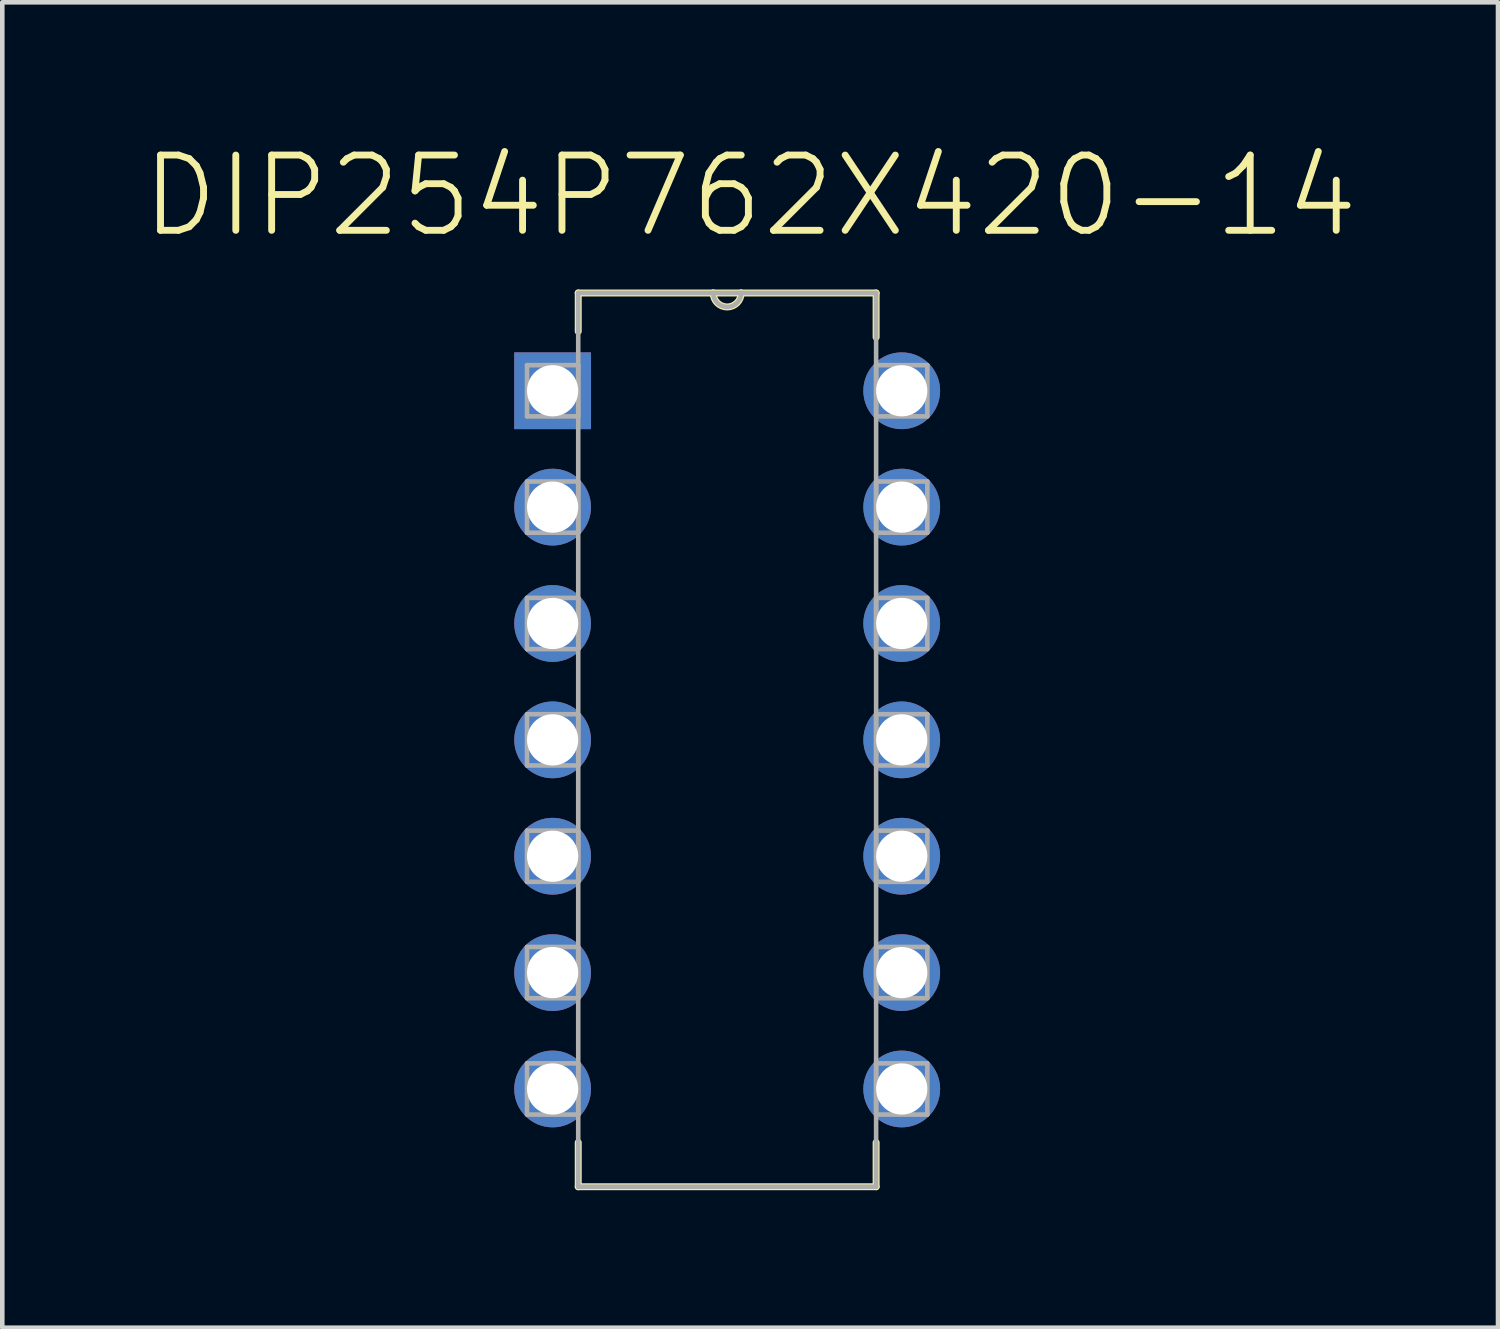
<source format=kicad_pcb>
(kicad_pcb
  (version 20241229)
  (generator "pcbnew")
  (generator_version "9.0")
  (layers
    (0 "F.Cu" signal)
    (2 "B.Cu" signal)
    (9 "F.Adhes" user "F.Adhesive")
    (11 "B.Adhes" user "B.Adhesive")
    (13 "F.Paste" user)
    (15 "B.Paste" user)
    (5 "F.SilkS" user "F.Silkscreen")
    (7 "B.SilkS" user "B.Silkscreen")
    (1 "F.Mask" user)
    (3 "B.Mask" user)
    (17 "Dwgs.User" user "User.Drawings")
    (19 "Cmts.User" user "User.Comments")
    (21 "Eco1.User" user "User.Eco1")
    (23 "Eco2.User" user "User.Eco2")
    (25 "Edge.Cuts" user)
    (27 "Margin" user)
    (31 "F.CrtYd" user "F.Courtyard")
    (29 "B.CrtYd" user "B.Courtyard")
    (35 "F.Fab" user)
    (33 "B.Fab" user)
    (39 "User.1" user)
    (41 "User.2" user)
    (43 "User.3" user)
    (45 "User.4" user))
  (footprint "DIP254P762X420-14"
    (layer "F.Cu")
    (at 16.632 20.719)
    (property "Reference" "DIP254P762X420-14" (at -3.308 -19.494 0) (layer "F.SilkS") (effects (font (size 1.643 1.643) (thickness 0.15))))
    (attr through_hole)
    (fp_line (start -7.061 -17.374) (end -7.061 -16.535) (stroke (width 0.152) (type solid)) (layer "F.SilkS"))
    (fp_line (start -7.061 1.168) (end -7.061 2.134) (stroke (width 0.152) (type solid)) (layer "F.SilkS"))
    (fp_line (start -7.061 2.134) (end -0.559 2.134) (stroke (width 0.152) (type solid)) (layer "F.SilkS"))
    (fp_line (start -4.115 -17.374) (end -7.061 -17.374) (stroke (width 0.152) (type solid)) (layer "F.SilkS"))
    (fp_line (start -3.505 -17.374) (end -4.115 -17.374) (stroke (width 0.152) (type solid)) (layer "F.SilkS"))
    (fp_line (start -0.559 -17.374) (end -3.505 -17.374) (stroke (width 0.152) (type solid)) (layer "F.SilkS"))
    (fp_line (start -0.559 -16.408) (end -0.559 -17.374) (stroke (width 0.152) (type solid)) (layer "F.SilkS"))
    (fp_line (start -0.559 2.134) (end -0.559 1.168) (stroke (width 0.152) (type solid)) (layer "F.SilkS"))
    (fp_arc (start -3.5052 -17.3736) (mid -3.81 -17.0688) (end -4.1148 -17.3736) (stroke (width 0.1524) (type solid)) (layer "F.SilkS"))
    (fp_line (start -8.179 -15.799) (end -8.179 -14.681) (stroke (width 0.1) (type solid)) (layer "F.Fab"))
    (fp_line (start -8.179 -14.681) (end -7.061 -14.681) (stroke (width 0.1) (type solid)) (layer "F.Fab"))
    (fp_line (start -8.179 -13.259) (end -8.179 -12.141) (stroke (width 0.1) (type solid)) (layer "F.Fab"))
    (fp_line (start -8.179 -12.141) (end -7.061 -12.141) (stroke (width 0.1) (type solid)) (layer "F.Fab"))
    (fp_line (start -8.179 -10.719) (end -8.179 -9.601) (stroke (width 0.1) (type solid)) (layer "F.Fab"))
    (fp_line (start -8.179 -9.601) (end -7.061 -9.601) (stroke (width 0.1) (type solid)) (layer "F.Fab"))
    (fp_line (start -8.179 -8.179) (end -8.179 -7.061) (stroke (width 0.1) (type solid)) (layer "F.Fab"))
    (fp_line (start -8.179 -7.061) (end -7.061 -7.061) (stroke (width 0.1) (type solid)) (layer "F.Fab"))
    (fp_line (start -8.179 -5.639) (end -8.179 -4.521) (stroke (width 0.1) (type solid)) (layer "F.Fab"))
    (fp_line (start -8.179 -4.521) (end -7.061 -4.521) (stroke (width 0.1) (type solid)) (layer "F.Fab"))
    (fp_line (start -8.179 -3.099) (end -8.179 -1.981) (stroke (width 0.1) (type solid)) (layer "F.Fab"))
    (fp_line (start -8.179 -1.981) (end -7.061 -1.981) (stroke (width 0.1) (type solid)) (layer "F.Fab"))
    (fp_line (start -8.179 -0.559) (end -8.179 0.559) (stroke (width 0.1) (type solid)) (layer "F.Fab"))
    (fp_line (start -8.179 0.559) (end -7.061 0.559) (stroke (width 0.1) (type solid)) (layer "F.Fab"))
    (fp_line (start -7.061 -17.374) (end -7.061 2.134) (stroke (width 0.1) (type solid)) (layer "F.Fab"))
    (fp_line (start -7.061 -15.799) (end -8.179 -15.799) (stroke (width 0.1) (type solid)) (layer "F.Fab"))
    (fp_line (start -7.061 -14.681) (end -7.061 -15.799) (stroke (width 0.1) (type solid)) (layer "F.Fab"))
    (fp_line (start -7.061 -13.259) (end -8.179 -13.259) (stroke (width 0.1) (type solid)) (layer "F.Fab"))
    (fp_line (start -7.061 -12.141) (end -7.061 -13.259) (stroke (width 0.1) (type solid)) (layer "F.Fab"))
    (fp_line (start -7.061 -10.719) (end -8.179 -10.719) (stroke (width 0.1) (type solid)) (layer "F.Fab"))
    (fp_line (start -7.061 -9.601) (end -7.061 -10.719) (stroke (width 0.1) (type solid)) (layer "F.Fab"))
    (fp_line (start -7.061 -8.179) (end -8.179 -8.179) (stroke (width 0.1) (type solid)) (layer "F.Fab"))
    (fp_line (start -7.061 -7.061) (end -7.061 -8.179) (stroke (width 0.1) (type solid)) (layer "F.Fab"))
    (fp_line (start -7.061 -5.639) (end -8.179 -5.639) (stroke (width 0.1) (type solid)) (layer "F.Fab"))
    (fp_line (start -7.061 -4.521) (end -7.061 -5.639) (stroke (width 0.1) (type solid)) (layer "F.Fab"))
    (fp_line (start -7.061 -3.099) (end -8.179 -3.099) (stroke (width 0.1) (type solid)) (layer "F.Fab"))
    (fp_line (start -7.061 -1.981) (end -7.061 -3.099) (stroke (width 0.1) (type solid)) (layer "F.Fab"))
    (fp_line (start -7.061 -0.559) (end -8.179 -0.559) (stroke (width 0.1) (type solid)) (layer "F.Fab"))
    (fp_line (start -7.061 0.559) (end -7.061 -0.559) (stroke (width 0.1) (type solid)) (layer "F.Fab"))
    (fp_line (start -7.061 2.134) (end -0.559 2.134) (stroke (width 0.1) (type solid)) (layer "F.Fab"))
    (fp_line (start -4.115 -17.374) (end -7.061 -17.374) (stroke (width 0.1) (type solid)) (layer "F.Fab"))
    (fp_line (start -3.505 -17.374) (end -4.115 -17.374) (stroke (width 0.1) (type solid)) (layer "F.Fab"))
    (fp_line (start -0.559 -17.374) (end -3.505 -17.374) (stroke (width 0.1) (type solid)) (layer "F.Fab"))
    (fp_line (start -0.559 -15.799) (end -0.559 -14.681) (stroke (width 0.1) (type solid)) (layer "F.Fab"))
    (fp_line (start -0.559 -14.681) (end 0.559 -14.681) (stroke (width 0.1) (type solid)) (layer "F.Fab"))
    (fp_line (start -0.559 -13.259) (end -0.559 -12.141) (stroke (width 0.1) (type solid)) (layer "F.Fab"))
    (fp_line (start -0.559 -12.141) (end 0.559 -12.141) (stroke (width 0.1) (type solid)) (layer "F.Fab"))
    (fp_line (start -0.559 -10.719) (end -0.559 -9.601) (stroke (width 0.1) (type solid)) (layer "F.Fab"))
    (fp_line (start -0.559 -9.601) (end 0.559 -9.601) (stroke (width 0.1) (type solid)) (layer "F.Fab"))
    (fp_line (start -0.559 -8.179) (end -0.559 -7.061) (stroke (width 0.1) (type solid)) (layer "F.Fab"))
    (fp_line (start -0.559 -7.061) (end 0.559 -7.061) (stroke (width 0.1) (type solid)) (layer "F.Fab"))
    (fp_line (start -0.559 -5.639) (end -0.559 -4.521) (stroke (width 0.1) (type solid)) (layer "F.Fab"))
    (fp_line (start -0.559 -4.521) (end 0.559 -4.521) (stroke (width 0.1) (type solid)) (layer "F.Fab"))
    (fp_line (start -0.559 -3.099) (end -0.559 -1.981) (stroke (width 0.1) (type solid)) (layer "F.Fab"))
    (fp_line (start -0.559 -1.981) (end 0.559 -1.981) (stroke (width 0.1) (type solid)) (layer "F.Fab"))
    (fp_line (start -0.559 -0.559) (end -0.559 0.559) (stroke (width 0.1) (type solid)) (layer "F.Fab"))
    (fp_line (start -0.559 0.559) (end 0.559 0.559) (stroke (width 0.1) (type solid)) (layer "F.Fab"))
    (fp_line (start -0.559 2.134) (end -0.559 -17.374) (stroke (width 0.1) (type solid)) (layer "F.Fab"))
    (fp_line (start 0.559 -15.799) (end -0.559 -15.799) (stroke (width 0.1) (type solid)) (layer "F.Fab"))
    (fp_line (start 0.559 -14.681) (end 0.559 -15.799) (stroke (width 0.1) (type solid)) (layer "F.Fab"))
    (fp_line (start 0.559 -13.259) (end -0.559 -13.259) (stroke (width 0.1) (type solid)) (layer "F.Fab"))
    (fp_line (start 0.559 -12.141) (end 0.559 -13.259) (stroke (width 0.1) (type solid)) (layer "F.Fab"))
    (fp_line (start 0.559 -10.719) (end -0.559 -10.719) (stroke (width 0.1) (type solid)) (layer "F.Fab"))
    (fp_line (start 0.559 -9.601) (end 0.559 -10.719) (stroke (width 0.1) (type solid)) (layer "F.Fab"))
    (fp_line (start 0.559 -8.179) (end -0.559 -8.179) (stroke (width 0.1) (type solid)) (layer "F.Fab"))
    (fp_line (start 0.559 -7.061) (end 0.559 -8.179) (stroke (width 0.1) (type solid)) (layer "F.Fab"))
    (fp_line (start 0.559 -5.639) (end -0.559 -5.639) (stroke (width 0.1) (type solid)) (layer "F.Fab"))
    (fp_line (start 0.559 -4.521) (end 0.559 -5.639) (stroke (width 0.1) (type solid)) (layer "F.Fab"))
    (fp_line (start 0.559 -3.099) (end -0.559 -3.099) (stroke (width 0.1) (type solid)) (layer "F.Fab"))
    (fp_line (start 0.559 -1.981) (end 0.559 -3.099) (stroke (width 0.1) (type solid)) (layer "F.Fab"))
    (fp_line (start 0.559 -0.559) (end -0.559 -0.559) (stroke (width 0.1) (type solid)) (layer "F.Fab"))
    (fp_line (start 0.559 0.559) (end 0.559 -0.559) (stroke (width 0.1) (type solid)) (layer "F.Fab"))
    (fp_arc (start -3.5052 -17.3736) (mid -3.81 -17.0688) (end -4.1148 -17.3736) (stroke (width 0.1) (type solid)) (layer "F.Fab"))
    (pad "1" thru_hole rect (at -7.62 -15.24) (size 1.676 1.676) (drill 1.118) (layers "*.Cu" "*.Mask"))
    (pad "2" thru_hole circle (at -7.62 -12.7) (size 1.676 1.676) (drill 1.118) (layers "*.Cu" "*.Mask"))
    (pad "3" thru_hole circle (at -7.62 -10.16) (size 1.676 1.676) (drill 1.118) (layers "*.Cu" "*.Mask"))
    (pad "4" thru_hole circle (at -7.62 -7.62) (size 1.676 1.676) (drill 1.118) (layers "*.Cu" "*.Mask"))
    (pad "5" thru_hole circle (at -7.62 -5.08) (size 1.676 1.676) (drill 1.118) (layers "*.Cu" "*.Mask"))
    (pad "6" thru_hole circle (at -7.62 -2.54) (size 1.676 1.676) (drill 1.118) (layers "*.Cu" "*.Mask"))
    (pad "7" thru_hole circle (at -7.62 0) (size 1.676 1.676) (drill 1.118) (layers "*.Cu" "*.Mask"))
    (pad "8" thru_hole circle (at 0 0) (size 1.676 1.676) (drill 1.118) (layers "*.Cu" "*.Mask"))
    (pad "9" thru_hole circle (at 0 -2.54) (size 1.676 1.676) (drill 1.118) (layers "*.Cu" "*.Mask"))
    (pad "10" thru_hole circle (at 0 -5.08) (size 1.676 1.676) (drill 1.118) (layers "*.Cu" "*.Mask"))
    (pad "11" thru_hole circle (at 0 -7.62) (size 1.676 1.676) (drill 1.118) (layers "*.Cu" "*.Mask"))
    (pad "12" thru_hole circle (at 0 -10.16) (size 1.676 1.676) (drill 1.118) (layers "*.Cu" "*.Mask"))
    (pad "13" thru_hole circle (at 0 -12.7) (size 1.676 1.676) (drill 1.118) (layers "*.Cu" "*.Mask"))
    (pad "14" thru_hole circle (at 0 -15.24) (size 1.676 1.676) (drill 1.118) (layers "*.Cu" "*.Mask")))
  (gr_rect
    (start -3 -3)
    (end 29.647 25.929)
    (stroke (width 0.1) (type default))
    (fill no)
    (layer "Edge.Cuts")))
</source>
